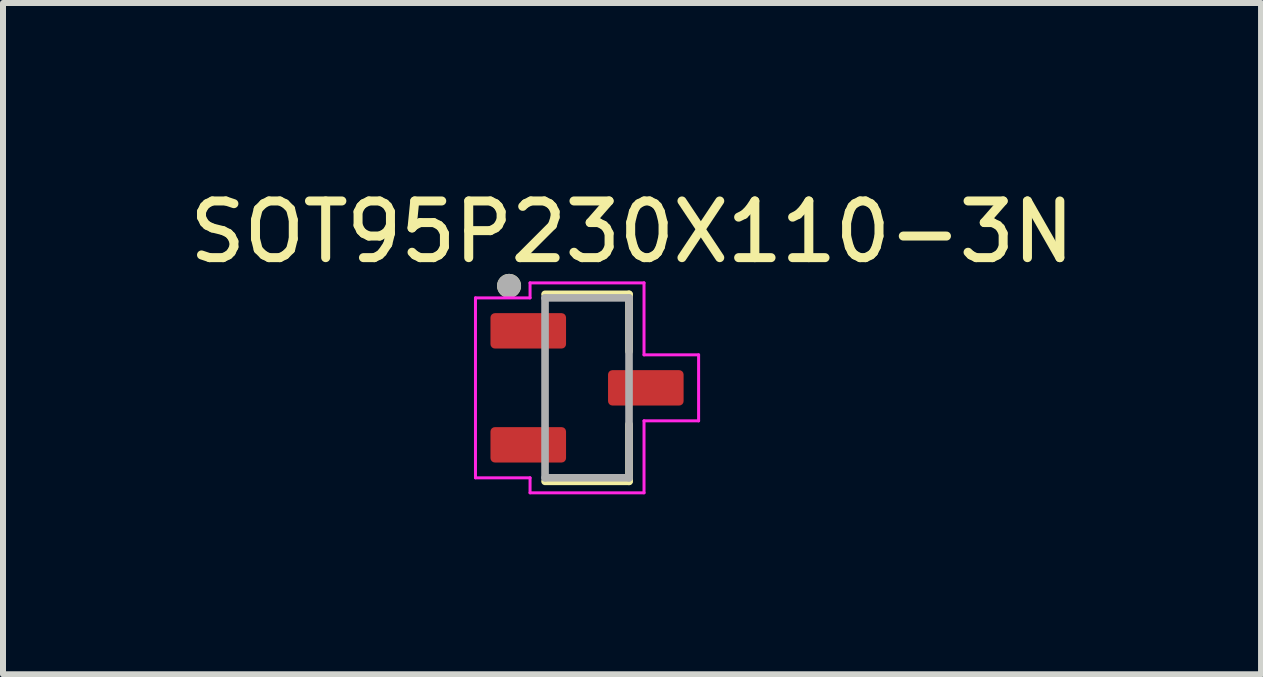
<source format=kicad_pcb>
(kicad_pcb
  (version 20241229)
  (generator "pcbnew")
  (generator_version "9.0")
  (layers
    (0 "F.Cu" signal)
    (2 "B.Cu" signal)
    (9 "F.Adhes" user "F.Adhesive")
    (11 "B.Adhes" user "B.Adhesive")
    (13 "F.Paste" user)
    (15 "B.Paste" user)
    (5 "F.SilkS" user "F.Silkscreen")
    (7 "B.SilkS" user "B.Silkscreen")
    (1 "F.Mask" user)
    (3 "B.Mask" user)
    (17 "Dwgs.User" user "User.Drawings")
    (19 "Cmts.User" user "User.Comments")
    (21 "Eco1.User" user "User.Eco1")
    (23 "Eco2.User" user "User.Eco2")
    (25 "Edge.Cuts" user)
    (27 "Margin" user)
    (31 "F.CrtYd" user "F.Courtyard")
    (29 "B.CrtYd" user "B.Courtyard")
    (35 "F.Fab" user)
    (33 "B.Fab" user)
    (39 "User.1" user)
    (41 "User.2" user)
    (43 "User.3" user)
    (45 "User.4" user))
  (footprint "SOT95P230X110-3N"
    (layer "F.Cu")
    (at 6.737 3.416)
    (property "Reference" "SOT95P230X110-3N" (at 0.75 -2.6 0) (layer "F.SilkS") (effects (font (size 0.945 0.945) (thickness 0.15))))
    (attr smd)
    (fp_line (start -0.7 -1.559) (end 0.7 -1.559) (stroke (width 0.127) (type solid)) (layer "F.SilkS"))
    (fp_line (start -0.7 1.559) (end 0.7 1.559) (stroke (width 0.127) (type solid)) (layer "F.SilkS"))
    (fp_line (start 0.7 -1.559) (end 0.7 -0.609) (stroke (width 0.127) (type solid)) (layer "F.SilkS"))
    (fp_line (start 0.7 1.559) (end 0.7 0.609) (stroke (width 0.127) (type solid)) (layer "F.SilkS"))
    (fp_circle (center -1.3 -1.7) (end -1.2 -1.7) (stroke (width 0.2) (type solid)) (fill no) (layer "F.SilkS"))
    (fp_line (start -1.86 -1.5) (end -1.86 1.5) (stroke (width 0.05) (type solid)) (layer "F.CrtYd"))
    (fp_line (start -1.86 1.5) (end -0.95 1.5) (stroke (width 0.05) (type solid)) (layer "F.CrtYd"))
    (fp_line (start -0.95 -1.75) (end -0.95 -1.5) (stroke (width 0.05) (type solid)) (layer "F.CrtYd"))
    (fp_line (start -0.95 -1.5) (end -1.86 -1.5) (stroke (width 0.05) (type solid)) (layer "F.CrtYd"))
    (fp_line (start -0.95 1.5) (end -0.95 1.75) (stroke (width 0.05) (type solid)) (layer "F.CrtYd"))
    (fp_line (start -0.95 1.75) (end 0.95 1.75) (stroke (width 0.05) (type solid)) (layer "F.CrtYd"))
    (fp_line (start 0.95 -1.75) (end -0.95 -1.75) (stroke (width 0.05) (type solid)) (layer "F.CrtYd"))
    (fp_line (start 0.95 -0.55) (end 0.95 -1.75) (stroke (width 0.05) (type solid)) (layer "F.CrtYd"))
    (fp_line (start 0.95 0.55) (end 1.86 0.55) (stroke (width 0.05) (type solid)) (layer "F.CrtYd"))
    (fp_line (start 0.95 1.75) (end 0.95 0.55) (stroke (width 0.05) (type solid)) (layer "F.CrtYd"))
    (fp_line (start 1.86 -0.55) (end 0.95 -0.55) (stroke (width 0.05) (type solid)) (layer "F.CrtYd"))
    (fp_line (start 1.86 0.55) (end 1.86 -0.55) (stroke (width 0.05) (type solid)) (layer "F.CrtYd"))
    (fp_line (start -0.7 -1.5) (end -0.7 1.5) (stroke (width 0.127) (type solid)) (layer "F.Fab"))
    (fp_line (start -0.7 1.5) (end 0.7 1.5) (stroke (width 0.127) (type solid)) (layer "F.Fab"))
    (fp_line (start 0.7 -1.5) (end -0.7 -1.5) (stroke (width 0.127) (type solid)) (layer "F.Fab"))
    (fp_line (start 0.7 1.5) (end 0.7 -1.5) (stroke (width 0.127) (type solid)) (layer "F.Fab"))
    (fp_circle (center -1.3 -1.7) (end -1.2 -1.7) (stroke (width 0.2) (type solid)) (fill no) (layer "F.Fab"))
    (pad "1" smd roundrect (at -0.98 -0.95) (size 1.26 0.59) (layers "F.Cu" "F.Mask" "F.Paste") (roundrect_rratio 0.125))
    (pad "2" smd roundrect (at -0.98 0.95) (size 1.26 0.59) (layers "F.Cu" "F.Mask" "F.Paste") (roundrect_rratio 0.125))
    (pad "3" smd roundrect (at 0.98 0) (size 1.26 0.59) (layers "F.Cu" "F.Mask" "F.Paste") (roundrect_rratio 0.125)))
  (gr_rect
    (start -3 -3)
    (end 17.974 8.191)
    (stroke (width 0.1) (type default))
    (fill no)
    (layer "Edge.Cuts")))
</source>
